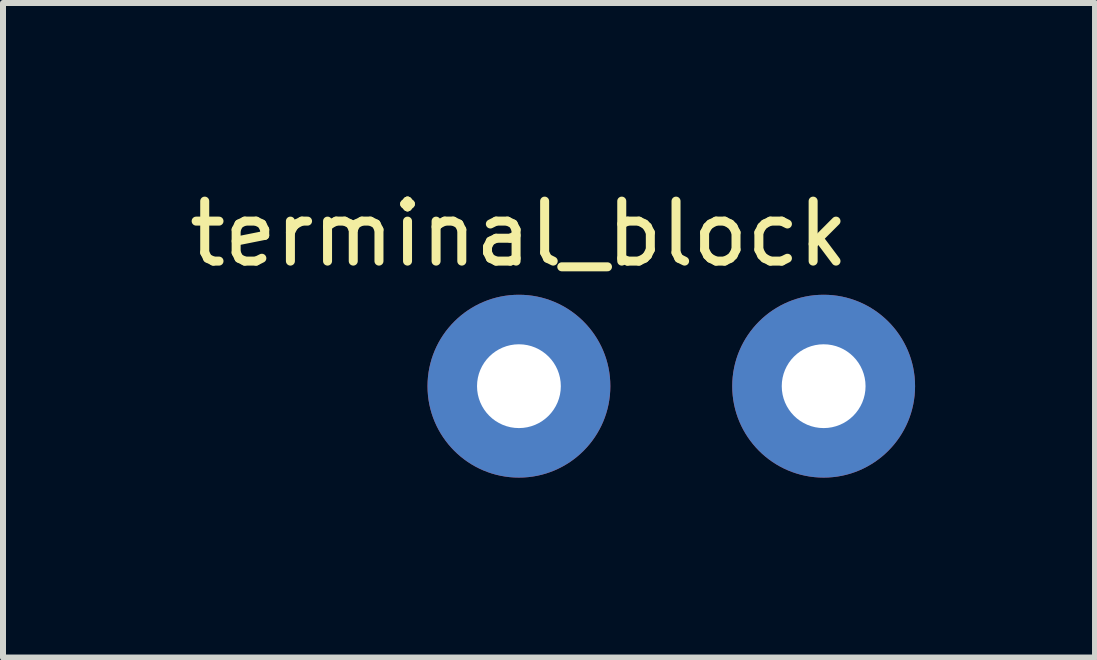
<source format=kicad_pcb>
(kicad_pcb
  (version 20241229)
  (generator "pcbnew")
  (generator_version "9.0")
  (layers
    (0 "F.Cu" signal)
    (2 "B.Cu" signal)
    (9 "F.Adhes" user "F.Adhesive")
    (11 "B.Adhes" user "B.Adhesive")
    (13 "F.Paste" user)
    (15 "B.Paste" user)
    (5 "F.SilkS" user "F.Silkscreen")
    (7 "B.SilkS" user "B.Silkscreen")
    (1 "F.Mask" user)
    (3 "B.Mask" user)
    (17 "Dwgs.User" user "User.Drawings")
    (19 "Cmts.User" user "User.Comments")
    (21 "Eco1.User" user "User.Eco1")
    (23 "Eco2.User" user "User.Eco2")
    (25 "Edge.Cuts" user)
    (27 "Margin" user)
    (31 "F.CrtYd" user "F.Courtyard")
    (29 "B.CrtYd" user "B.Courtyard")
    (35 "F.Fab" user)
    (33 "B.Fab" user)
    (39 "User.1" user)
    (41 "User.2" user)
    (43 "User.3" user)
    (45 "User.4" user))
  (footprint "terminal_block"
    (layer "F.Cu")
    (at 8.141 3.388)
    (property "Reference" "terminal_block" (at -2.54 -2.54 0) (layer "F.SilkS") (effects (font (size 1 1) (thickness 0.15))))
    (attr through_hole)
    (pad "1" thru_hole circle (at 2.54 0) (size 3.048 3.048) (drill 1.397) (layers "*.Cu" "*.Mask"))
    (pad "2" thru_hole circle (at -2.54 0) (size 3.048 3.048) (drill 1.397) (layers "*.Cu" "*.Mask")))
  (gr_rect
    (start -3 -3)
    (end 15.205 7.912)
    (stroke (width 0.1) (type default))
    (fill no)
    (layer "Edge.Cuts")))
</source>
